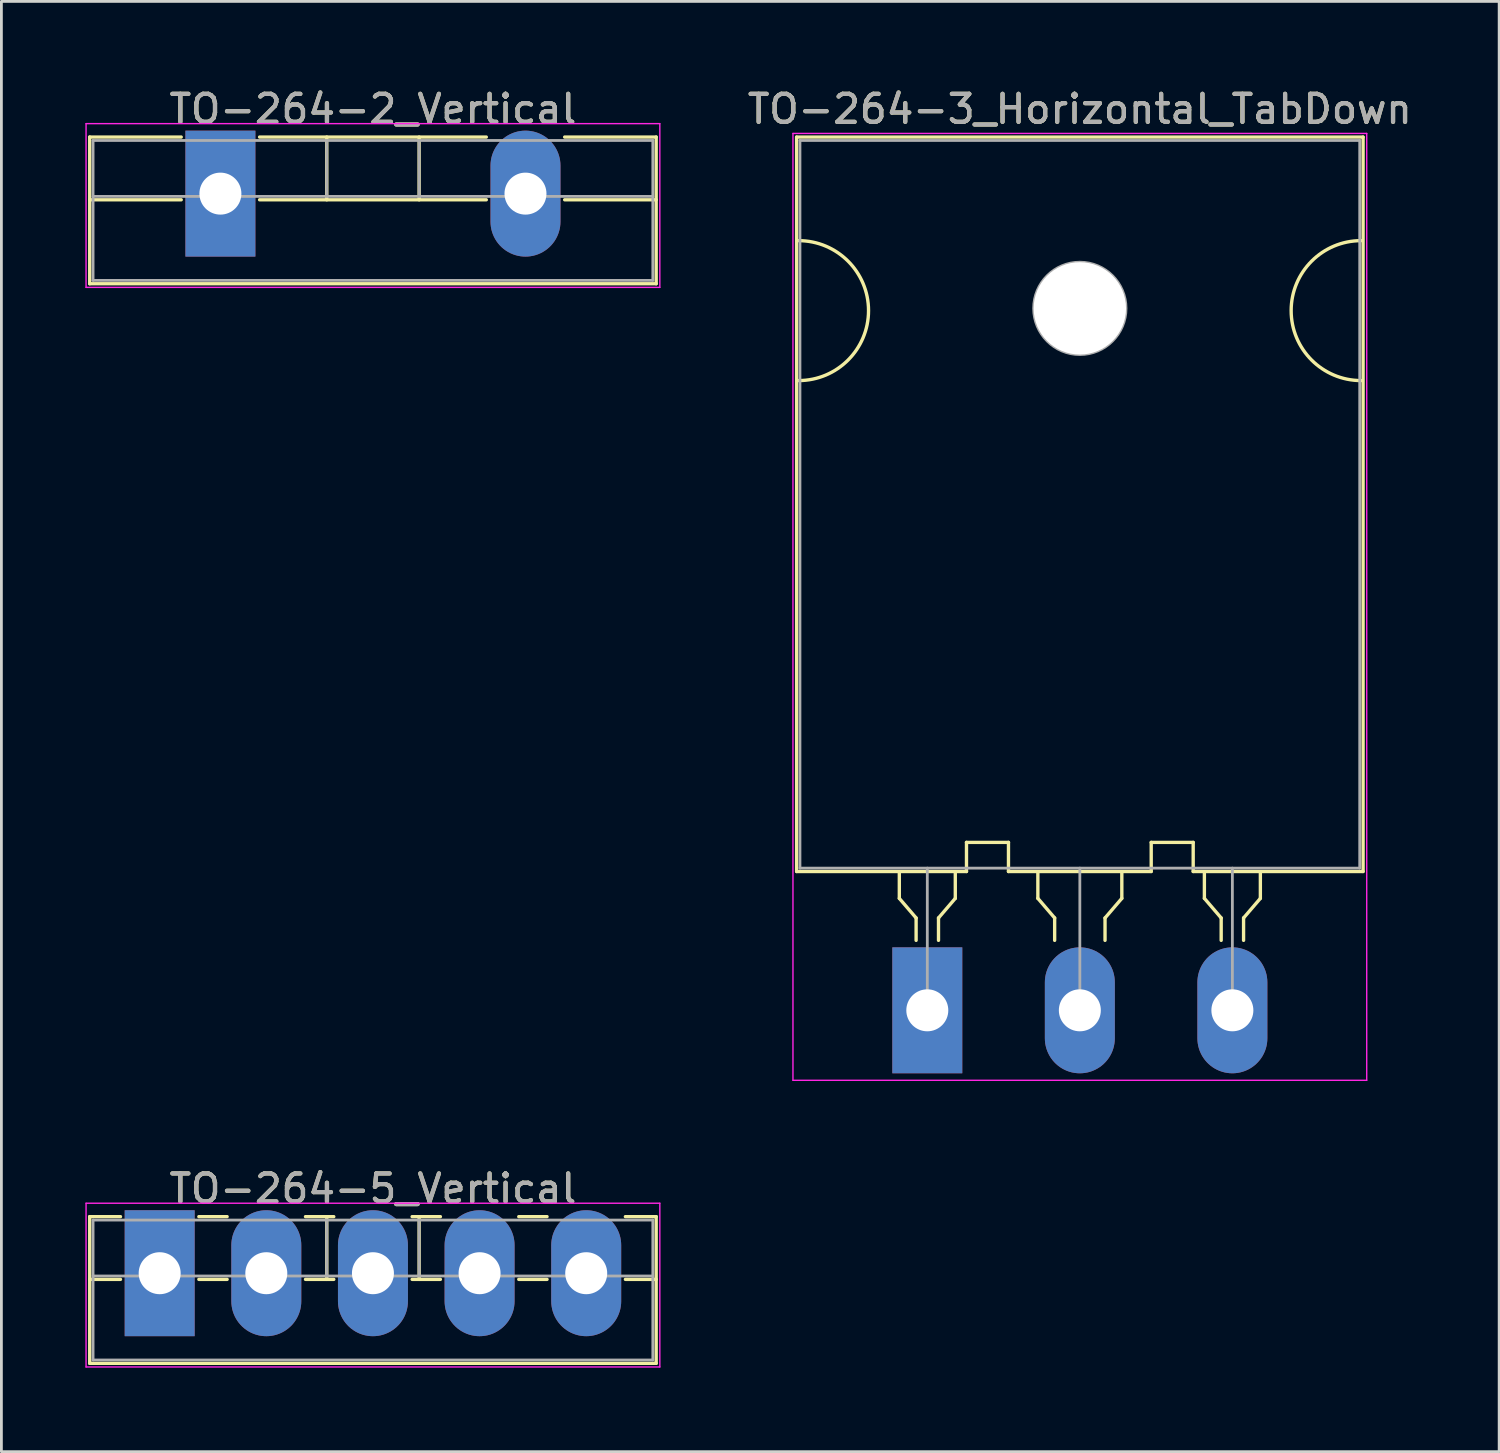
<source format=kicad_pcb>
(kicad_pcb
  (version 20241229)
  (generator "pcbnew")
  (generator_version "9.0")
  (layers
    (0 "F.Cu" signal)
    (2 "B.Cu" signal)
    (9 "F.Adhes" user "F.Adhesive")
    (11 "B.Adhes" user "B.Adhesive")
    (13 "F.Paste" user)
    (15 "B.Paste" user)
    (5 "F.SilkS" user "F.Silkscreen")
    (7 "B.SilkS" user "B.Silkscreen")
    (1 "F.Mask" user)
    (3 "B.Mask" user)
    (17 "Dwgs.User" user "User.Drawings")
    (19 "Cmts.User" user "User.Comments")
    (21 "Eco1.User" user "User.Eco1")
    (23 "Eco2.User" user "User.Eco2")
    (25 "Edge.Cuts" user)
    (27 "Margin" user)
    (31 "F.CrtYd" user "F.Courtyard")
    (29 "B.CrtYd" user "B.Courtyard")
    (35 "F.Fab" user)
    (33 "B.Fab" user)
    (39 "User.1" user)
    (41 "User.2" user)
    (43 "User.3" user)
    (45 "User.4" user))
  (footprint "TO-264-2_Vertical"
    (layer "F.Cu")
    (at 4.825 3.868)
    (property "Reference" "TO-264-2_Vertical" (at 5.45 -3.02 0) (layer "F.SilkS") (effects (font (size 1 1) (thickness 0.15))))
    (attr through_hole)
    (fp_line (start -4.67 -2.021) (end -4.67 3.22) (stroke (width 0.12) (type solid)) (layer "F.SilkS"))
    (fp_line (start -4.67 -2.021) (end -1.4 -2.021) (stroke (width 0.12) (type solid)) (layer "F.SilkS"))
    (fp_line (start -4.67 0.22) (end -1.4 0.22) (stroke (width 0.12) (type solid)) (layer "F.SilkS"))
    (fp_line (start -4.67 3.22) (end 15.57 3.22) (stroke (width 0.12) (type solid)) (layer "F.SilkS"))
    (fp_line (start 1.4 -2.021) (end 9.5 -2.021) (stroke (width 0.12) (type solid)) (layer "F.SilkS"))
    (fp_line (start 1.4 0.22) (end 9.5 0.22) (stroke (width 0.12) (type solid)) (layer "F.SilkS"))
    (fp_line (start 3.8 -2.021) (end 3.8 0.22) (stroke (width 0.12) (type solid)) (layer "F.SilkS"))
    (fp_line (start 7.1 -2.021) (end 7.1 0.22) (stroke (width 0.12) (type solid)) (layer "F.SilkS"))
    (fp_line (start 12.3 -2.021) (end 15.57 -2.021) (stroke (width 0.12) (type solid)) (layer "F.SilkS"))
    (fp_line (start 12.3 0.22) (end 15.57 0.22) (stroke (width 0.12) (type solid)) (layer "F.SilkS"))
    (fp_line (start 15.57 -2.021) (end 15.57 3.22) (stroke (width 0.12) (type solid)) (layer "F.SilkS"))
    (fp_line (start -4.8 -2.5) (end -4.8 3.35) (stroke (width 0.05) (type solid)) (layer "F.CrtYd"))
    (fp_line (start -4.8 3.35) (end 15.7 3.35) (stroke (width 0.05) (type solid)) (layer "F.CrtYd"))
    (fp_line (start 15.7 -2.5) (end -4.8 -2.5) (stroke (width 0.05) (type solid)) (layer "F.CrtYd"))
    (fp_line (start 15.7 3.35) (end 15.7 -2.5) (stroke (width 0.05) (type solid)) (layer "F.CrtYd"))
    (fp_line (start -4.55 -1.9) (end -4.55 3.1) (stroke (width 0.1) (type solid)) (layer "F.Fab"))
    (fp_line (start -4.55 0.1) (end 15.45 0.1) (stroke (width 0.1) (type solid)) (layer "F.Fab"))
    (fp_line (start -4.55 3.1) (end 15.45 3.1) (stroke (width 0.1) (type solid)) (layer "F.Fab"))
    (fp_line (start 3.8 -1.9) (end 3.8 0.1) (stroke (width 0.1) (type solid)) (layer "F.Fab"))
    (fp_line (start 7.1 -1.9) (end 7.1 0.1) (stroke (width 0.1) (type solid)) (layer "F.Fab"))
    (fp_line (start 15.45 -1.9) (end -4.55 -1.9) (stroke (width 0.1) (type solid)) (layer "F.Fab"))
    (fp_line (start 15.45 3.1) (end 15.45 -1.9) (stroke (width 0.1) (type solid)) (layer "F.Fab"))
    (fp_text user "${REFERENCE}" (at 5.45 -3.02 0) (layer "F.Fab") (effects (font (size 1 1) (thickness 0.15))))
    (pad "1" thru_hole rect (at 0 0) (size 2.5 4.5) (drill 1.5) (layers "*.Cu" "*.Mask"))
    (pad "2" thru_hole oval (at 10.9 0) (size 2.5 4.5) (drill 1.5) (layers "*.Cu" "*.Mask")))
  (footprint "TO-264-5_Vertical"
    (layer "F.Cu")
    (at 2.655 42.441)
    (property "Reference" "TO-264-5_Vertical" (at 7.62 -3.02 0) (layer "F.SilkS") (effects (font (size 1 1) (thickness 0.15))))
    (attr through_hole)
    (fp_line (start -2.5 -2.021) (end -2.5 3.22) (stroke (width 0.12) (type solid)) (layer "F.SilkS"))
    (fp_line (start -2.5 -2.021) (end -1.4 -2.021) (stroke (width 0.12) (type solid)) (layer "F.SilkS"))
    (fp_line (start -2.5 0.22) (end -1.4 0.22) (stroke (width 0.12) (type solid)) (layer "F.SilkS"))
    (fp_line (start -2.5 3.22) (end 17.74 3.22) (stroke (width 0.12) (type solid)) (layer "F.SilkS"))
    (fp_line (start 1.4 -2.021) (end 2.41 -2.021) (stroke (width 0.12) (type solid)) (layer "F.SilkS"))
    (fp_line (start 1.4 0.22) (end 2.41 0.22) (stroke (width 0.12) (type solid)) (layer "F.SilkS"))
    (fp_line (start 5.21 -2.021) (end 6.221 -2.021) (stroke (width 0.12) (type solid)) (layer "F.SilkS"))
    (fp_line (start 5.21 0.22) (end 6.221 0.22) (stroke (width 0.12) (type solid)) (layer "F.SilkS"))
    (fp_line (start 5.971 -2.021) (end 5.971 0.22) (stroke (width 0.12) (type solid)) (layer "F.SilkS"))
    (fp_line (start 9.02 -2.021) (end 10.03 -2.021) (stroke (width 0.12) (type solid)) (layer "F.SilkS"))
    (fp_line (start 9.02 0.22) (end 10.03 0.22) (stroke (width 0.12) (type solid)) (layer "F.SilkS"))
    (fp_line (start 9.27 -2.021) (end 9.27 0.22) (stroke (width 0.12) (type solid)) (layer "F.SilkS"))
    (fp_line (start 12.83 -2.021) (end 13.84 -2.021) (stroke (width 0.12) (type solid)) (layer "F.SilkS"))
    (fp_line (start 12.83 0.22) (end 13.84 0.22) (stroke (width 0.12) (type solid)) (layer "F.SilkS"))
    (fp_line (start 16.64 -2.021) (end 17.74 -2.021) (stroke (width 0.12) (type solid)) (layer "F.SilkS"))
    (fp_line (start 16.64 0.22) (end 17.74 0.22) (stroke (width 0.12) (type solid)) (layer "F.SilkS"))
    (fp_line (start 17.74 -2.021) (end 17.74 3.22) (stroke (width 0.12) (type solid)) (layer "F.SilkS"))
    (fp_line (start -2.63 -2.5) (end -2.63 3.35) (stroke (width 0.05) (type solid)) (layer "F.CrtYd"))
    (fp_line (start -2.63 3.35) (end 17.87 3.35) (stroke (width 0.05) (type solid)) (layer "F.CrtYd"))
    (fp_line (start 17.87 -2.5) (end -2.63 -2.5) (stroke (width 0.05) (type solid)) (layer "F.CrtYd"))
    (fp_line (start 17.87 3.35) (end 17.87 -2.5) (stroke (width 0.05) (type solid)) (layer "F.CrtYd"))
    (fp_line (start -2.38 -1.9) (end -2.38 3.1) (stroke (width 0.1) (type solid)) (layer "F.Fab"))
    (fp_line (start -2.38 0.1) (end 17.62 0.1) (stroke (width 0.1) (type solid)) (layer "F.Fab"))
    (fp_line (start -2.38 3.1) (end 17.62 3.1) (stroke (width 0.1) (type solid)) (layer "F.Fab"))
    (fp_line (start 5.97 -1.9) (end 5.97 0.1) (stroke (width 0.1) (type solid)) (layer "F.Fab"))
    (fp_line (start 9.27 -1.9) (end 9.27 0.1) (stroke (width 0.1) (type solid)) (layer "F.Fab"))
    (fp_line (start 17.62 -1.9) (end -2.38 -1.9) (stroke (width 0.1) (type solid)) (layer "F.Fab"))
    (fp_line (start 17.62 3.1) (end 17.62 -1.9) (stroke (width 0.1) (type solid)) (layer "F.Fab"))
    (fp_text user "${REFERENCE}" (at 7.62 -3.02 0) (layer "F.Fab") (effects (font (size 1 1) (thickness 0.15))))
    (pad "1" thru_hole rect (at 0 0) (size 2.5 4.5) (drill 1.5) (layers "*.Cu" "*.Mask"))
    (pad "2" thru_hole oval (at 3.81 0) (size 2.5 4.5) (drill 1.5) (layers "*.Cu" "*.Mask"))
    (pad "3" thru_hole oval (at 7.62 0) (size 2.5 4.5) (drill 1.5) (layers "*.Cu" "*.Mask"))
    (pad "4" thru_hole oval (at 11.43 0) (size 2.5 4.5) (drill 1.5) (layers "*.Cu" "*.Mask"))
    (pad "5" thru_hole oval (at 15.24 0) (size 2.5 4.5) (drill 1.5) (layers "*.Cu" "*.Mask")))
  (footprint "TO-264-3_Horizontal_TabDown"
    (layer "F.Cu")
    (at 30.082 33.048)
    (property "Reference" "TO-264-3_Horizontal_TabDown" (at 5.45 -32.2 0) (layer "F.SilkS") (effects (font (size 1 1) (thickness 0.15))))
    (attr through_hole)
    (fp_line (start -4.67 -31.2) (end -4.67 -4.96) (stroke (width 0.12) (type solid)) (layer "F.SilkS"))
    (fp_line (start -4.67 -31.2) (end 15.57 -31.2) (stroke (width 0.12) (type solid)) (layer "F.SilkS"))
    (fp_line (start -4.67 -4.96) (end 1.4 -4.96) (stroke (width 0.12) (type solid)) (layer "F.SilkS"))
    (fp_line (start -1 -4.9) (end -1 -4) (stroke (width 0.12) (type solid)) (layer "F.SilkS"))
    (fp_line (start -1 -4) (end -0.4 -3.3) (stroke (width 0.12) (type solid)) (layer "F.SilkS"))
    (fp_line (start -0.4 -3.3) (end -0.4 -2.5) (stroke (width 0.12) (type solid)) (layer "F.SilkS"))
    (fp_line (start 0.4 -3.3) (end 1 -4) (stroke (width 0.12) (type solid)) (layer "F.SilkS"))
    (fp_line (start 0.4 -2.5) (end 0.4 -3.3) (stroke (width 0.12) (type solid)) (layer "F.SilkS"))
    (fp_line (start 1 -4) (end 1 -4.9) (stroke (width 0.12) (type solid)) (layer "F.SilkS"))
    (fp_line (start 1.4 -6) (end 2.9 -6) (stroke (width 0.12) (type solid)) (layer "F.SilkS"))
    (fp_line (start 1.4 -4.96) (end 1.4 -6) (stroke (width 0.12) (type solid)) (layer "F.SilkS"))
    (fp_line (start 2.9 -6) (end 2.9 -4.96) (stroke (width 0.12) (type solid)) (layer "F.SilkS"))
    (fp_line (start 2.9 -4.96) (end 8 -4.96) (stroke (width 0.12) (type solid)) (layer "F.SilkS"))
    (fp_line (start 3.95 -4.9) (end 3.95 -4) (stroke (width 0.12) (type solid)) (layer "F.SilkS"))
    (fp_line (start 3.95 -4) (end 4.55 -3.3) (stroke (width 0.12) (type solid)) (layer "F.SilkS"))
    (fp_line (start 4.55 -3.3) (end 4.55 -2.5) (stroke (width 0.12) (type solid)) (layer "F.SilkS"))
    (fp_line (start 6.35 -3.3) (end 6.95 -4) (stroke (width 0.12) (type solid)) (layer "F.SilkS"))
    (fp_line (start 6.35 -2.5) (end 6.35 -3.3) (stroke (width 0.12) (type solid)) (layer "F.SilkS"))
    (fp_line (start 6.95 -4) (end 6.95 -4.9) (stroke (width 0.12) (type solid)) (layer "F.SilkS"))
    (fp_line (start 8 -6) (end 8 -4.96) (stroke (width 0.12) (type solid)) (layer "F.SilkS"))
    (fp_line (start 9.5 -6) (end 8 -6) (stroke (width 0.12) (type solid)) (layer "F.SilkS"))
    (fp_line (start 9.5 -4.96) (end 9.5 -6) (stroke (width 0.12) (type solid)) (layer "F.SilkS"))
    (fp_line (start 9.5 -4.96) (end 15.57 -4.96) (stroke (width 0.12) (type solid)) (layer "F.SilkS"))
    (fp_line (start 9.9 -4.9) (end 9.9 -4) (stroke (width 0.12) (type solid)) (layer "F.SilkS"))
    (fp_line (start 9.9 -4) (end 10.5 -3.3) (stroke (width 0.12) (type solid)) (layer "F.SilkS"))
    (fp_line (start 10.5 -3.3) (end 10.5 -2.5) (stroke (width 0.12) (type solid)) (layer "F.SilkS"))
    (fp_line (start 11.3 -3.3) (end 11.9 -4) (stroke (width 0.12) (type solid)) (layer "F.SilkS"))
    (fp_line (start 11.3 -2.5) (end 11.3 -3.3) (stroke (width 0.12) (type solid)) (layer "F.SilkS"))
    (fp_line (start 11.9 -4) (end 11.9 -4.9) (stroke (width 0.12) (type solid)) (layer "F.SilkS"))
    (fp_line (start 15.57 -31.2) (end 15.57 -4.96) (stroke (width 0.12) (type solid)) (layer "F.SilkS"))
    (fp_arc (start -4.6 -27.5) (mid -2.1 -25) (end -4.6 -22.5) (stroke (width 0.12) (type solid)) (layer "F.SilkS"))
    (fp_arc (start 15.5 -22.5) (mid 13 -25) (end 15.5 -27.5) (stroke (width 0.12) (type solid)) (layer "F.SilkS"))
    (fp_line (start -4.8 -31.33) (end -4.8 2.5) (stroke (width 0.05) (type solid)) (layer "F.CrtYd"))
    (fp_line (start -4.8 2.5) (end 15.7 2.5) (stroke (width 0.05) (type solid)) (layer "F.CrtYd"))
    (fp_line (start 15.7 -31.33) (end -4.8 -31.33) (stroke (width 0.05) (type solid)) (layer "F.CrtYd"))
    (fp_line (start 15.7 2.5) (end 15.7 -31.33) (stroke (width 0.05) (type solid)) (layer "F.CrtYd"))
    (fp_line (start -4.55 -31.08) (end 15.45 -31.08) (stroke (width 0.1) (type solid)) (layer "F.Fab"))
    (fp_line (start -4.55 -5.08) (end -4.55 -31.08) (stroke (width 0.1) (type solid)) (layer "F.Fab"))
    (fp_line (start 0 -5.08) (end 0 0) (stroke (width 0.1) (type solid)) (layer "F.Fab"))
    (fp_line (start 5.45 -5.08) (end 5.45 0) (stroke (width 0.1) (type solid)) (layer "F.Fab"))
    (fp_line (start 10.9 -5.08) (end 10.9 0) (stroke (width 0.1) (type solid)) (layer "F.Fab"))
    (fp_line (start 15.45 -31.08) (end 15.45 -5.08) (stroke (width 0.1) (type solid)) (layer "F.Fab"))
    (fp_line (start 15.45 -5.08) (end -4.55 -5.08) (stroke (width 0.1) (type solid)) (layer "F.Fab"))
    (fp_circle (center 5.45 -25.08) (end 7.1 -25.08) (stroke (width 0.1) (type solid)) (fill no) (layer "F.Fab"))
    (fp_text user "${REFERENCE}" (at 5.45 -32.2 0) (layer "F.Fab") (effects (font (size 1 1) (thickness 0.15))))
    (pad "" np_thru_hole oval (at 5.45 -25.08) (size 3.3 3.3) (drill 3.3) (layers "*.Cu" "*.Mask"))
    (pad "1" thru_hole rect (at 0 0) (size 2.5 4.5) (drill 1.5) (layers "*.Cu" "*.Mask"))
    (pad "2" thru_hole oval (at 5.45 0) (size 2.5 4.5) (drill 1.5) (layers "*.Cu" "*.Mask"))
    (pad "3" thru_hole oval (at 10.9 0) (size 2.5 4.5) (drill 1.5) (layers "*.Cu" "*.Mask")))
  (gr_rect
    (start -3 -3)
    (end 50.514 48.816)
    (stroke (width 0.1) (type default))
    (fill no)
    (layer "Edge.Cuts")))
</source>
